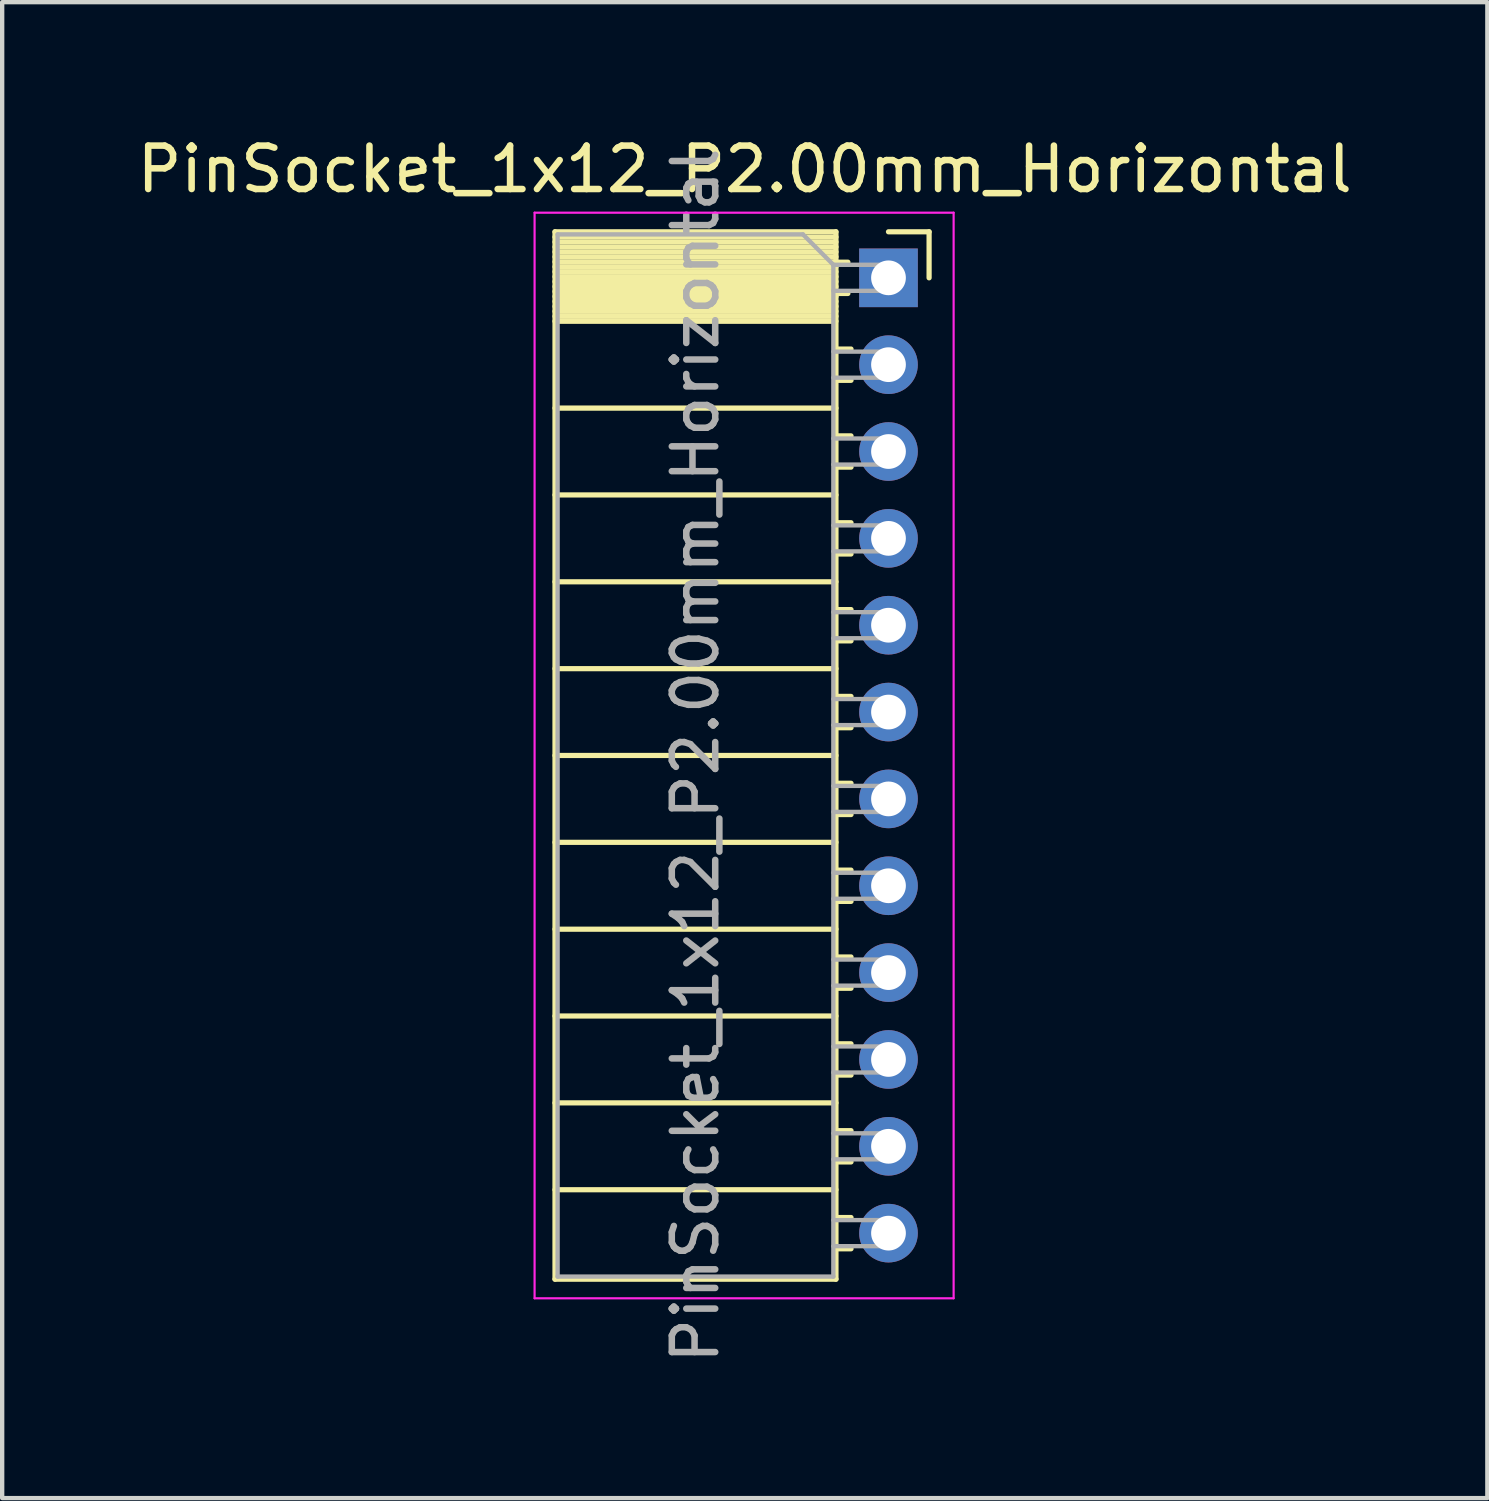
<source format=kicad_pcb>
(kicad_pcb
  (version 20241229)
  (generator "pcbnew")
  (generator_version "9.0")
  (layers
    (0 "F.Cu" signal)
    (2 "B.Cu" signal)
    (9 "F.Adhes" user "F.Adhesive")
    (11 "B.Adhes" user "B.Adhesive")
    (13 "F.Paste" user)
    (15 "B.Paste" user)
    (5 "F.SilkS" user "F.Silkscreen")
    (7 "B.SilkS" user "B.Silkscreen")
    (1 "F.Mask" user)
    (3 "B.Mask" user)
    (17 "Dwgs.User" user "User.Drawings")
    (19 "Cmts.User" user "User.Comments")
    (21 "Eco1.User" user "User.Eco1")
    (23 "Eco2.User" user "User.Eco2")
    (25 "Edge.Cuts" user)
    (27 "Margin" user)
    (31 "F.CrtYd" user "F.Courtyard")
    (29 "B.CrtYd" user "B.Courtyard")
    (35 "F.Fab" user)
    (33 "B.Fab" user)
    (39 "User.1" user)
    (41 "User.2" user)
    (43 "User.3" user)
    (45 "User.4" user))
  (footprint "PinSocket_1x12_P2.00mm_Horizontal"
    (layer "F.Cu")
    (at 17.411 3.348)
    (property "Reference" "PinSocket_1x12_P2.00mm_Horizontal" (at -3.31 -2.5 0) (layer "F.SilkS") (effects (font (size 1 1) (thickness 0.15))))
    (attr through_hole)
    (fp_line (start -7.68 -1.06) (end -7.68 23.06) (stroke (width 0.12) (type solid)) (layer "F.SilkS"))
    (fp_line (start -7.68 -1.06) (end -1.21 -1.06) (stroke (width 0.12) (type solid)) (layer "F.SilkS"))
    (fp_line (start -7.68 -0.94) (end -1.21 -0.94) (stroke (width 0.12) (type solid)) (layer "F.SilkS"))
    (fp_line (start -7.68 -0.826) (end -1.21 -0.826) (stroke (width 0.12) (type solid)) (layer "F.SilkS"))
    (fp_line (start -7.68 -0.712) (end -1.21 -0.712) (stroke (width 0.12) (type solid)) (layer "F.SilkS"))
    (fp_line (start -7.68 -0.598) (end -1.21 -0.598) (stroke (width 0.12) (type solid)) (layer "F.SilkS"))
    (fp_line (start -7.68 -0.484) (end -1.21 -0.484) (stroke (width 0.12) (type solid)) (layer "F.SilkS"))
    (fp_line (start -7.68 -0.369) (end -1.21 -0.369) (stroke (width 0.12) (type solid)) (layer "F.SilkS"))
    (fp_line (start -7.68 -0.255) (end -1.21 -0.255) (stroke (width 0.12) (type solid)) (layer "F.SilkS"))
    (fp_line (start -7.68 -0.141) (end -1.21 -0.141) (stroke (width 0.12) (type solid)) (layer "F.SilkS"))
    (fp_line (start -7.68 -0.027) (end -1.21 -0.027) (stroke (width 0.12) (type solid)) (layer "F.SilkS"))
    (fp_line (start -7.68 0.087) (end -1.21 0.087) (stroke (width 0.12) (type solid)) (layer "F.SilkS"))
    (fp_line (start -7.68 0.201) (end -1.21 0.201) (stroke (width 0.12) (type solid)) (layer "F.SilkS"))
    (fp_line (start -7.68 0.315) (end -1.21 0.315) (stroke (width 0.12) (type solid)) (layer "F.SilkS"))
    (fp_line (start -7.68 0.429) (end -1.21 0.429) (stroke (width 0.12) (type solid)) (layer "F.SilkS"))
    (fp_line (start -7.68 0.544) (end -1.21 0.544) (stroke (width 0.12) (type solid)) (layer "F.SilkS"))
    (fp_line (start -7.68 0.658) (end -1.21 0.658) (stroke (width 0.12) (type solid)) (layer "F.SilkS"))
    (fp_line (start -7.68 0.772) (end -1.21 0.772) (stroke (width 0.12) (type solid)) (layer "F.SilkS"))
    (fp_line (start -7.68 0.886) (end -1.21 0.886) (stroke (width 0.12) (type solid)) (layer "F.SilkS"))
    (fp_line (start -7.68 1) (end -1.21 1) (stroke (width 0.12) (type solid)) (layer "F.SilkS"))
    (fp_line (start -7.68 3) (end -1.21 3) (stroke (width 0.12) (type solid)) (layer "F.SilkS"))
    (fp_line (start -7.68 5) (end -1.21 5) (stroke (width 0.12) (type solid)) (layer "F.SilkS"))
    (fp_line (start -7.68 7) (end -1.21 7) (stroke (width 0.12) (type solid)) (layer "F.SilkS"))
    (fp_line (start -7.68 9) (end -1.21 9) (stroke (width 0.12) (type solid)) (layer "F.SilkS"))
    (fp_line (start -7.68 11) (end -1.21 11) (stroke (width 0.12) (type solid)) (layer "F.SilkS"))
    (fp_line (start -7.68 13) (end -1.21 13) (stroke (width 0.12) (type solid)) (layer "F.SilkS"))
    (fp_line (start -7.68 15) (end -1.21 15) (stroke (width 0.12) (type solid)) (layer "F.SilkS"))
    (fp_line (start -7.68 17) (end -1.21 17) (stroke (width 0.12) (type solid)) (layer "F.SilkS"))
    (fp_line (start -7.68 19) (end -1.21 19) (stroke (width 0.12) (type solid)) (layer "F.SilkS"))
    (fp_line (start -7.68 21) (end -1.21 21) (stroke (width 0.12) (type solid)) (layer "F.SilkS"))
    (fp_line (start -7.68 23.06) (end -1.21 23.06) (stroke (width 0.12) (type solid)) (layer "F.SilkS"))
    (fp_line (start -1.21 -1.06) (end -1.21 23.06) (stroke (width 0.12) (type solid)) (layer "F.SilkS"))
    (fp_line (start -1.21 -0.36) (end -0.935 -0.36) (stroke (width 0.12) (type solid)) (layer "F.SilkS"))
    (fp_line (start -1.21 0.36) (end -0.935 0.36) (stroke (width 0.12) (type solid)) (layer "F.SilkS"))
    (fp_line (start -1.21 1.64) (end -0.863 1.64) (stroke (width 0.12) (type solid)) (layer "F.SilkS"))
    (fp_line (start -1.21 2.36) (end -0.863 2.36) (stroke (width 0.12) (type solid)) (layer "F.SilkS"))
    (fp_line (start -1.21 3.64) (end -0.863 3.64) (stroke (width 0.12) (type solid)) (layer "F.SilkS"))
    (fp_line (start -1.21 4.36) (end -0.863 4.36) (stroke (width 0.12) (type solid)) (layer "F.SilkS"))
    (fp_line (start -1.21 5.64) (end -0.863 5.64) (stroke (width 0.12) (type solid)) (layer "F.SilkS"))
    (fp_line (start -1.21 6.36) (end -0.863 6.36) (stroke (width 0.12) (type solid)) (layer "F.SilkS"))
    (fp_line (start -1.21 7.64) (end -0.863 7.64) (stroke (width 0.12) (type solid)) (layer "F.SilkS"))
    (fp_line (start -1.21 8.36) (end -0.863 8.36) (stroke (width 0.12) (type solid)) (layer "F.SilkS"))
    (fp_line (start -1.21 9.64) (end -0.863 9.64) (stroke (width 0.12) (type solid)) (layer "F.SilkS"))
    (fp_line (start -1.21 10.36) (end -0.863 10.36) (stroke (width 0.12) (type solid)) (layer "F.SilkS"))
    (fp_line (start -1.21 11.64) (end -0.863 11.64) (stroke (width 0.12) (type solid)) (layer "F.SilkS"))
    (fp_line (start -1.21 12.36) (end -0.863 12.36) (stroke (width 0.12) (type solid)) (layer "F.SilkS"))
    (fp_line (start -1.21 13.64) (end -0.863 13.64) (stroke (width 0.12) (type solid)) (layer "F.SilkS"))
    (fp_line (start -1.21 14.36) (end -0.863 14.36) (stroke (width 0.12) (type solid)) (layer "F.SilkS"))
    (fp_line (start -1.21 15.64) (end -0.863 15.64) (stroke (width 0.12) (type solid)) (layer "F.SilkS"))
    (fp_line (start -1.21 16.36) (end -0.863 16.36) (stroke (width 0.12) (type solid)) (layer "F.SilkS"))
    (fp_line (start -1.21 17.64) (end -0.863 17.64) (stroke (width 0.12) (type solid)) (layer "F.SilkS"))
    (fp_line (start -1.21 18.36) (end -0.863 18.36) (stroke (width 0.12) (type solid)) (layer "F.SilkS"))
    (fp_line (start -1.21 19.64) (end -0.863 19.64) (stroke (width 0.12) (type solid)) (layer "F.SilkS"))
    (fp_line (start -1.21 20.36) (end -0.863 20.36) (stroke (width 0.12) (type solid)) (layer "F.SilkS"))
    (fp_line (start -1.21 21.64) (end -0.863 21.64) (stroke (width 0.12) (type solid)) (layer "F.SilkS"))
    (fp_line (start -1.21 22.36) (end -0.863 22.36) (stroke (width 0.12) (type solid)) (layer "F.SilkS"))
    (fp_line (start 0 -1.06) (end 0.935 -1.06) (stroke (width 0.12) (type solid)) (layer "F.SilkS"))
    (fp_line (start 0.935 -1.06) (end 0.935 0) (stroke (width 0.12) (type solid)) (layer "F.SilkS"))
    (fp_line (start -8.15 -1.5) (end -8.15 23.5) (stroke (width 0.05) (type solid)) (layer "F.CrtYd"))
    (fp_line (start -8.15 23.5) (end 1.5 23.5) (stroke (width 0.05) (type solid)) (layer "F.CrtYd"))
    (fp_line (start 1.5 -1.5) (end -8.15 -1.5) (stroke (width 0.05) (type solid)) (layer "F.CrtYd"))
    (fp_line (start 1.5 23.5) (end 1.5 -1.5) (stroke (width 0.05) (type solid)) (layer "F.CrtYd"))
    (fp_line (start -7.62 -1) (end -1.97 -1) (stroke (width 0.1) (type solid)) (layer "F.Fab"))
    (fp_line (start -7.62 23) (end -7.62 -1) (stroke (width 0.1) (type solid)) (layer "F.Fab"))
    (fp_line (start -1.97 -1) (end -1.27 -0.3) (stroke (width 0.1) (type solid)) (layer "F.Fab"))
    (fp_line (start -1.27 -0.3) (end -1.27 23) (stroke (width 0.1) (type solid)) (layer "F.Fab"))
    (fp_line (start -1.27 0.3) (end 0 0.3) (stroke (width 0.1) (type solid)) (layer "F.Fab"))
    (fp_line (start -1.27 2.3) (end 0 2.3) (stroke (width 0.1) (type solid)) (layer "F.Fab"))
    (fp_line (start -1.27 4.3) (end 0 4.3) (stroke (width 0.1) (type solid)) (layer "F.Fab"))
    (fp_line (start -1.27 6.3) (end 0 6.3) (stroke (width 0.1) (type solid)) (layer "F.Fab"))
    (fp_line (start -1.27 8.3) (end 0 8.3) (stroke (width 0.1) (type solid)) (layer "F.Fab"))
    (fp_line (start -1.27 10.3) (end 0 10.3) (stroke (width 0.1) (type solid)) (layer "F.Fab"))
    (fp_line (start -1.27 12.3) (end 0 12.3) (stroke (width 0.1) (type solid)) (layer "F.Fab"))
    (fp_line (start -1.27 14.3) (end 0 14.3) (stroke (width 0.1) (type solid)) (layer "F.Fab"))
    (fp_line (start -1.27 16.3) (end 0 16.3) (stroke (width 0.1) (type solid)) (layer "F.Fab"))
    (fp_line (start -1.27 18.3) (end 0 18.3) (stroke (width 0.1) (type solid)) (layer "F.Fab"))
    (fp_line (start -1.27 20.3) (end 0 20.3) (stroke (width 0.1) (type solid)) (layer "F.Fab"))
    (fp_line (start -1.27 22.3) (end 0 22.3) (stroke (width 0.1) (type solid)) (layer "F.Fab"))
    (fp_line (start -1.27 23) (end -7.62 23) (stroke (width 0.1) (type solid)) (layer "F.Fab"))
    (fp_line (start 0 -0.3) (end -1.27 -0.3) (stroke (width 0.1) (type solid)) (layer "F.Fab"))
    (fp_line (start 0 0.3) (end 0 -0.3) (stroke (width 0.1) (type solid)) (layer "F.Fab"))
    (fp_line (start 0 1.7) (end -1.27 1.7) (stroke (width 0.1) (type solid)) (layer "F.Fab"))
    (fp_line (start 0 2.3) (end 0 1.7) (stroke (width 0.1) (type solid)) (layer "F.Fab"))
    (fp_line (start 0 3.7) (end -1.27 3.7) (stroke (width 0.1) (type solid)) (layer "F.Fab"))
    (fp_line (start 0 4.3) (end 0 3.7) (stroke (width 0.1) (type solid)) (layer "F.Fab"))
    (fp_line (start 0 5.7) (end -1.27 5.7) (stroke (width 0.1) (type solid)) (layer "F.Fab"))
    (fp_line (start 0 6.3) (end 0 5.7) (stroke (width 0.1) (type solid)) (layer "F.Fab"))
    (fp_line (start 0 7.7) (end -1.27 7.7) (stroke (width 0.1) (type solid)) (layer "F.Fab"))
    (fp_line (start 0 8.3) (end 0 7.7) (stroke (width 0.1) (type solid)) (layer "F.Fab"))
    (fp_line (start 0 9.7) (end -1.27 9.7) (stroke (width 0.1) (type solid)) (layer "F.Fab"))
    (fp_line (start 0 10.3) (end 0 9.7) (stroke (width 0.1) (type solid)) (layer "F.Fab"))
    (fp_line (start 0 11.7) (end -1.27 11.7) (stroke (width 0.1) (type solid)) (layer "F.Fab"))
    (fp_line (start 0 12.3) (end 0 11.7) (stroke (width 0.1) (type solid)) (layer "F.Fab"))
    (fp_line (start 0 13.7) (end -1.27 13.7) (stroke (width 0.1) (type solid)) (layer "F.Fab"))
    (fp_line (start 0 14.3) (end 0 13.7) (stroke (width 0.1) (type solid)) (layer "F.Fab"))
    (fp_line (start 0 15.7) (end -1.27 15.7) (stroke (width 0.1) (type solid)) (layer "F.Fab"))
    (fp_line (start 0 16.3) (end 0 15.7) (stroke (width 0.1) (type solid)) (layer "F.Fab"))
    (fp_line (start 0 17.7) (end -1.27 17.7) (stroke (width 0.1) (type solid)) (layer "F.Fab"))
    (fp_line (start 0 18.3) (end 0 17.7) (stroke (width 0.1) (type solid)) (layer "F.Fab"))
    (fp_line (start 0 19.7) (end -1.27 19.7) (stroke (width 0.1) (type solid)) (layer "F.Fab"))
    (fp_line (start 0 20.3) (end 0 19.7) (stroke (width 0.1) (type solid)) (layer "F.Fab"))
    (fp_line (start 0 21.7) (end -1.27 21.7) (stroke (width 0.1) (type solid)) (layer "F.Fab"))
    (fp_line (start 0 22.3) (end 0 21.7) (stroke (width 0.1) (type solid)) (layer "F.Fab"))
    (fp_text user "${REFERENCE}" (at -4.445 11 90) (layer "F.Fab") (effects (font (size 1 1) (thickness 0.15))))
    (pad "1" thru_hole rect (at 0 0) (size 1.35 1.35) (drill 0.8) (layers "*.Cu" "*.Mask"))
    (pad "2" thru_hole oval (at 0 2) (size 1.35 1.35) (drill 0.8) (layers "*.Cu" "*.Mask"))
    (pad "3" thru_hole oval (at 0 4) (size 1.35 1.35) (drill 0.8) (layers "*.Cu" "*.Mask"))
    (pad "4" thru_hole oval (at 0 6) (size 1.35 1.35) (drill 0.8) (layers "*.Cu" "*.Mask"))
    (pad "5" thru_hole oval (at 0 8) (size 1.35 1.35) (drill 0.8) (layers "*.Cu" "*.Mask"))
    (pad "6" thru_hole oval (at 0 10) (size 1.35 1.35) (drill 0.8) (layers "*.Cu" "*.Mask"))
    (pad "7" thru_hole oval (at 0 12) (size 1.35 1.35) (drill 0.8) (layers "*.Cu" "*.Mask"))
    (pad "8" thru_hole oval (at 0 14) (size 1.35 1.35) (drill 0.8) (layers "*.Cu" "*.Mask"))
    (pad "9" thru_hole oval (at 0 16) (size 1.35 1.35) (drill 0.8) (layers "*.Cu" "*.Mask"))
    (pad "10" thru_hole oval (at 0 18) (size 1.35 1.35) (drill 0.8) (layers "*.Cu" "*.Mask"))
    (pad "11" thru_hole oval (at 0 20) (size 1.35 1.35) (drill 0.8) (layers "*.Cu" "*.Mask"))
    (pad "12" thru_hole oval (at 0 22) (size 1.35 1.35) (drill 0.8) (layers "*.Cu" "*.Mask")))
  (gr_rect
    (start -3 -3)
    (end 31.202 31.449)
    (stroke (width 0.1) (type default))
    (fill no)
    (layer "Edge.Cuts")))
</source>
